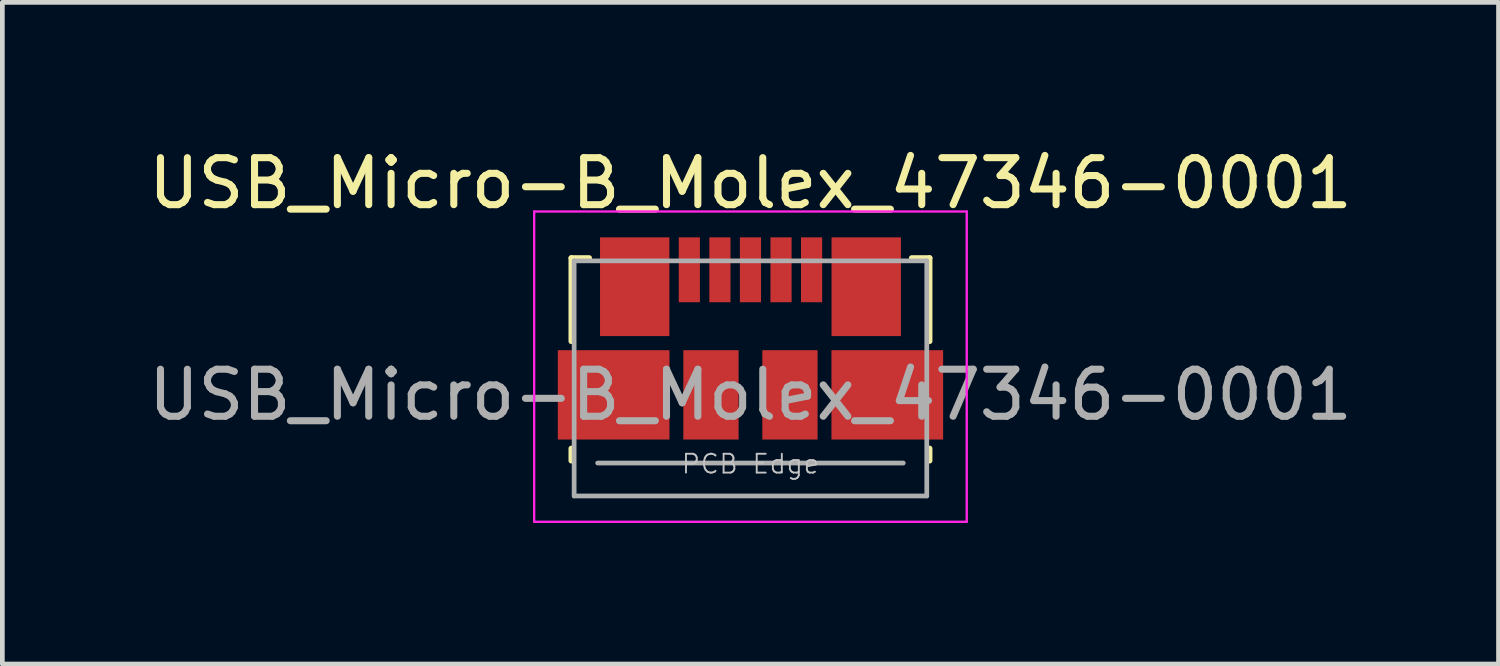
<source format=kicad_pcb>
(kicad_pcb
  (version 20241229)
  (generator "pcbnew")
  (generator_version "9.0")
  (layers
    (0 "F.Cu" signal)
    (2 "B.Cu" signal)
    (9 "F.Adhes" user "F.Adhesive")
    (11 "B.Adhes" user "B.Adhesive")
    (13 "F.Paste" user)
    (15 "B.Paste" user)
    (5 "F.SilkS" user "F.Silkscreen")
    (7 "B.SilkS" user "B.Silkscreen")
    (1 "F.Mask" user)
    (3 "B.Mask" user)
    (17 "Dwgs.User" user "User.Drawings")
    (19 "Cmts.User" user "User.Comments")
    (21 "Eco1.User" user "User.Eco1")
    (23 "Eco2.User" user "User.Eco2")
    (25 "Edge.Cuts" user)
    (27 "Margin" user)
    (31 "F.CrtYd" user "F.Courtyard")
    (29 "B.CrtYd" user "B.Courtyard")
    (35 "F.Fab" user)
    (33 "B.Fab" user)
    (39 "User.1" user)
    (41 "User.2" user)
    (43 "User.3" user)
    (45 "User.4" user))
  (footprint "USB_Micro-B_Molex_47346-0001"
    (layer "F.Cu")
    (at 12.911 4.148)
    (property "Reference" "USB_Micro-B_Molex_47346-0001" (at 0 -3.3 180) (layer "F.SilkS") (effects (font (size 1 1) (thickness 0.15))))
    (attr smd)
    (fp_line (start -3.81 -1.71) (end -3.43 -1.71) (stroke (width 0.12) (type solid)) (layer "F.SilkS"))
    (fp_line (start -3.81 0.06) (end -3.81 -1.71) (stroke (width 0.12) (type solid)) (layer "F.SilkS"))
    (fp_line (start -3.81 2.6) (end -3.81 2.34) (stroke (width 0.12) (type solid)) (layer "F.SilkS"))
    (fp_line (start 3.81 -1.71) (end 3.43 -1.71) (stroke (width 0.12) (type solid)) (layer "F.SilkS"))
    (fp_line (start 3.81 -1.71) (end 3.81 0.06) (stroke (width 0.12) (type solid)) (layer "F.SilkS"))
    (fp_line (start 3.81 2.34) (end 3.81 2.6) (stroke (width 0.12) (type solid)) (layer "F.SilkS"))
    (fp_line (start -4.6 -2.7) (end 4.6 -2.7) (stroke (width 0.05) (type solid)) (layer "F.CrtYd"))
    (fp_line (start -4.6 3.9) (end -4.6 -2.7) (stroke (width 0.05) (type solid)) (layer "F.CrtYd"))
    (fp_line (start 4.6 -2.7) (end 4.6 3.9) (stroke (width 0.05) (type solid)) (layer "F.CrtYd"))
    (fp_line (start 4.6 3.9) (end -4.6 3.9) (stroke (width 0.05) (type solid)) (layer "F.CrtYd"))
    (fp_line (start -3.75 -1.65) (end 3.75 -1.65) (stroke (width 0.1) (type solid)) (layer "F.Fab"))
    (fp_line (start -3.75 3.35) (end -3.75 -1.65) (stroke (width 0.1) (type solid)) (layer "F.Fab"))
    (fp_line (start -3.25 2.65) (end 3.25 2.65) (stroke (width 0.1) (type solid)) (layer "F.Fab"))
    (fp_line (start 3.75 -1.65) (end 3.75 3.35) (stroke (width 0.1) (type solid)) (layer "F.Fab"))
    (fp_line (start 3.75 3.35) (end -3.75 3.35) (stroke (width 0.1) (type solid)) (layer "F.Fab"))
    (fp_text user "PCB Edge" (at 0 2.67 180) (layer "Dwgs.User") (effects (font (size 0.4 0.4) (thickness 0.04))))
    (fp_text user "${REFERENCE}" (at 0 1.2 0) (layer "F.Fab") (effects (font (size 1 1) (thickness 0.15))))
    (pad "1" smd rect (at -1.3 -1.46) (size 0.45 1.38) (layers "F.Cu" "F.Mask" "F.Paste"))
    (pad "2" smd rect (at -0.65 -1.46) (size 0.45 1.38) (layers "F.Cu" "F.Mask" "F.Paste"))
    (pad "3" smd rect (at 0 -1.46) (size 0.45 1.38) (layers "F.Cu" "F.Mask" "F.Paste"))
    (pad "4" smd rect (at 0.65 -1.46) (size 0.45 1.38) (layers "F.Cu" "F.Mask" "F.Paste"))
    (pad "5" smd rect (at 1.3 -1.46) (size 0.45 1.38) (layers "F.Cu" "F.Mask" "F.Paste"))
    (pad "6" smd rect (at -2.91 1.2) (size 2.375 1.9) (layers "F.Cu" "F.Mask" "F.Paste"))
    (pad "6" smd rect (at -2.462 -1.1) (size 1.475 2.1) (layers "F.Cu" "F.Mask" "F.Paste"))
    (pad "6" smd rect (at -0.84 1.2) (size 1.175 1.9) (layers "F.Cu" "F.Mask" "F.Paste"))
    (pad "6" smd rect (at 0.84 1.2) (size 1.175 1.9) (layers "F.Cu" "F.Mask" "F.Paste"))
    (pad "6" smd rect (at 2.462 -1.1) (size 1.475 2.1) (layers "F.Cu" "F.Mask" "F.Paste"))
    (pad "6" smd rect (at 2.91 1.2) (size 2.375 1.9) (layers "F.Cu" "F.Mask" "F.Paste")))
  (gr_rect
    (start -3 -3)
    (end 28.821 11.073)
    (stroke (width 0.1) (type default))
    (fill no)
    (layer "Edge.Cuts")))
</source>
